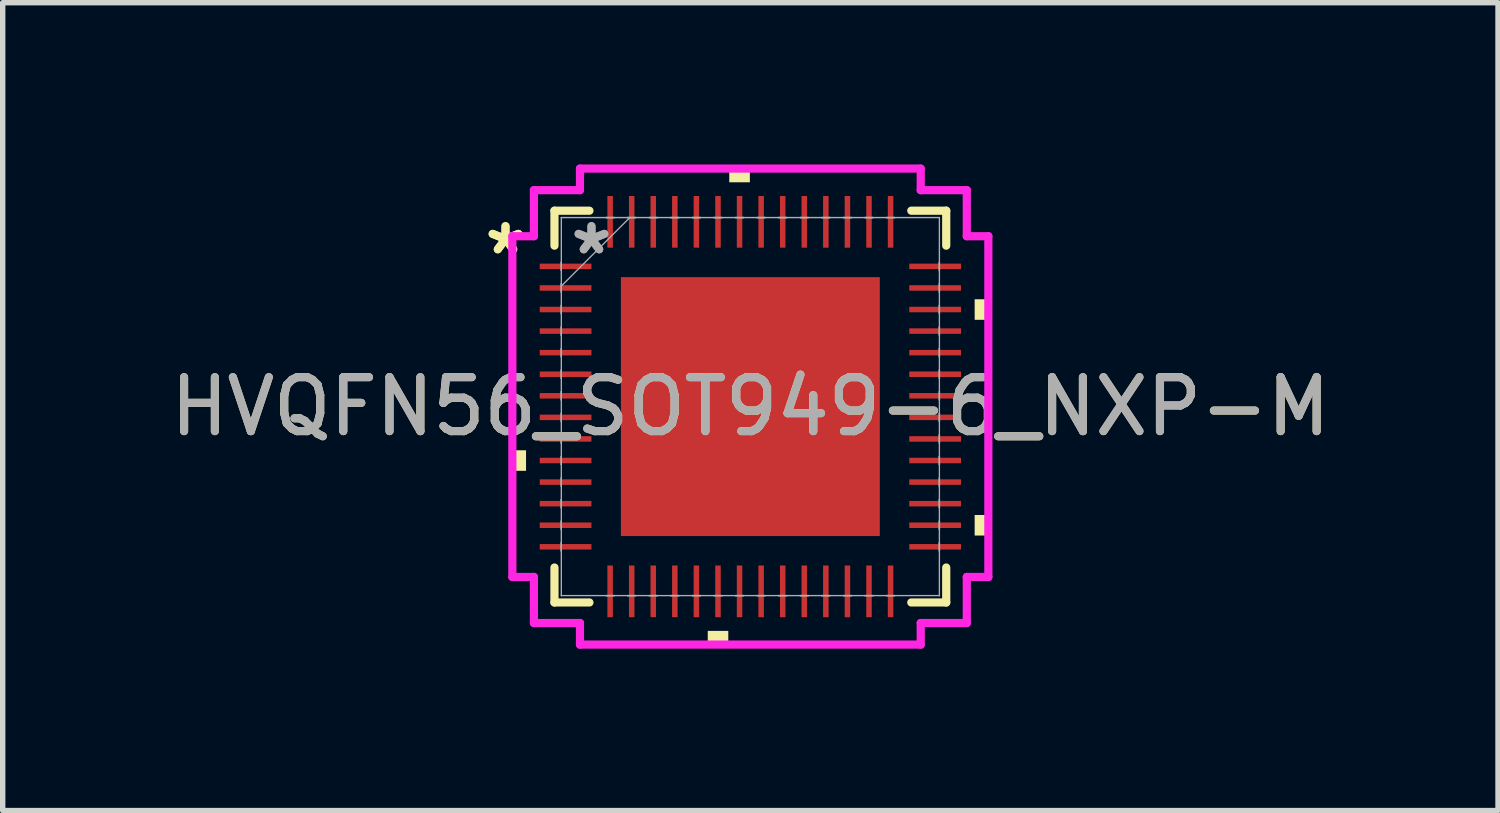
<source format=kicad_pcb>
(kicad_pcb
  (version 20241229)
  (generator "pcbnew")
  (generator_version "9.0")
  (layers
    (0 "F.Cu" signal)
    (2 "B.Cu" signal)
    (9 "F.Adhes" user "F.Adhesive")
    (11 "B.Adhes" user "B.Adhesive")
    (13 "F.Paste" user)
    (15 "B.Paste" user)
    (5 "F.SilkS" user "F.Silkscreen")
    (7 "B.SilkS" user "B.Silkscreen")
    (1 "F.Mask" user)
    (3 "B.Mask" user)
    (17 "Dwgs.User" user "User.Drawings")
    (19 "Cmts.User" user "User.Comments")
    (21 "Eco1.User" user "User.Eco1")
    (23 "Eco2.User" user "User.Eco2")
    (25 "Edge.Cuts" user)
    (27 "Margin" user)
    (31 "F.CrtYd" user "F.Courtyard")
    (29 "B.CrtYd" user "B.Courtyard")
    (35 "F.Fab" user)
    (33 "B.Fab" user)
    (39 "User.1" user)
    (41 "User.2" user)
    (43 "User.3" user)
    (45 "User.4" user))
  (footprint "HVQFN56_SOT949-6_NXP-M"
    (layer "F.Cu")
    (at 10.863 4.489)
    (property "Reference" "HVQFN56_SOT949-6_NXP-M" (at 0 0 0) (unlocked yes) (layer "F.SilkS") (effects (font (size 1 1) (thickness 0.15))))
    (attr smd)
    (fp_line (start -3.632 -3.632) (end -3.632 -2.984) (stroke (width 0.152) (type solid)) (layer "F.SilkS"))
    (fp_line (start -3.632 2.984) (end -3.632 3.632) (stroke (width 0.152) (type solid)) (layer "F.SilkS"))
    (fp_line (start -3.632 3.632) (end -2.984 3.632) (stroke (width 0.152) (type solid)) (layer "F.SilkS"))
    (fp_line (start -2.984 -3.632) (end -3.632 -3.632) (stroke (width 0.152) (type solid)) (layer "F.SilkS"))
    (fp_line (start 2.984 3.632) (end 3.632 3.632) (stroke (width 0.152) (type solid)) (layer "F.SilkS"))
    (fp_line (start 3.632 -3.632) (end 2.984 -3.632) (stroke (width 0.152) (type solid)) (layer "F.SilkS"))
    (fp_line (start 3.632 -2.984) (end 3.632 -3.632) (stroke (width 0.152) (type solid)) (layer "F.SilkS"))
    (fp_line (start 3.632 3.632) (end 3.632 2.984) (stroke (width 0.152) (type solid)) (layer "F.SilkS"))
    (fp_poly (pts (xy -4.413 0.81) (xy -4.413 1.191) (xy -4.159 1.191) (xy -4.159 0.81)) (stroke (width 0) (type solid)) (fill yes) (layer "F.SilkS"))
    (fp_poly (pts (xy -0.79 4.159) (xy -0.79 4.413) (xy -0.409 4.413) (xy -0.409 4.159)) (stroke (width 0) (type solid)) (fill yes) (layer "F.SilkS"))
    (fp_poly (pts (xy -0.391 -4.159) (xy -0.391 -4.413) (xy -0.009 -4.413) (xy -0.009 -4.159)) (stroke (width 0) (type solid)) (fill yes) (layer "F.SilkS"))
    (fp_poly (pts (xy 4.413 -1.99) (xy 4.413 -1.609) (xy 4.159 -1.609) (xy 4.159 -1.99)) (stroke (width 0) (type solid)) (fill yes) (layer "F.SilkS"))
    (fp_poly (pts (xy 4.413 2.01) (xy 4.413 2.391) (xy 4.159 2.391) (xy 4.159 2.01)) (stroke (width 0) (type solid)) (fill yes) (layer "F.SilkS"))
    (fp_poly (pts (xy -2.3 -2.3) (xy -2.3 -0.9) (xy -0.9 -0.9) (xy -0.9 -2.3)) (stroke (width 0) (type solid)) (fill yes) (layer "F.Paste"))
    (fp_poly (pts (xy -2.3 -0.7) (xy -2.3 0.7) (xy -0.9 0.7) (xy -0.9 -0.7)) (stroke (width 0) (type solid)) (fill yes) (layer "F.Paste"))
    (fp_poly (pts (xy -2.3 0.9) (xy -2.3 2.3) (xy -0.9 2.3) (xy -0.9 0.9)) (stroke (width 0) (type solid)) (fill yes) (layer "F.Paste"))
    (fp_poly (pts (xy -0.7 -2.3) (xy -0.7 -0.9) (xy 0.7 -0.9) (xy 0.7 -2.3)) (stroke (width 0) (type solid)) (fill yes) (layer "F.Paste"))
    (fp_poly (pts (xy -0.7 -0.7) (xy -0.7 0.7) (xy 0.7 0.7) (xy 0.7 -0.7)) (stroke (width 0) (type solid)) (fill yes) (layer "F.Paste"))
    (fp_poly (pts (xy -0.7 0.9) (xy -0.7 2.3) (xy 0.7 2.3) (xy 0.7 0.9)) (stroke (width 0) (type solid)) (fill yes) (layer "F.Paste"))
    (fp_poly (pts (xy 0.9 -2.3) (xy 0.9 -0.9) (xy 2.3 -0.9) (xy 2.3 -2.3)) (stroke (width 0) (type solid)) (fill yes) (layer "F.Paste"))
    (fp_poly (pts (xy 0.9 -0.7) (xy 0.9 0.7) (xy 2.3 0.7) (xy 2.3 -0.7)) (stroke (width 0) (type solid)) (fill yes) (layer "F.Paste"))
    (fp_poly (pts (xy 0.9 0.9) (xy 0.9 2.3) (xy 2.3 2.3) (xy 2.3 0.9)) (stroke (width 0) (type solid)) (fill yes) (layer "F.Paste"))
    (fp_line (start -4.413 -3.159) (end -4.013 -3.159) (stroke (width 0.152) (type solid)) (layer "F.CrtYd"))
    (fp_line (start -4.413 3.159) (end -4.413 -3.159) (stroke (width 0.152) (type solid)) (layer "F.CrtYd"))
    (fp_line (start -4.013 -4.013) (end -3.159 -4.013) (stroke (width 0.152) (type solid)) (layer "F.CrtYd"))
    (fp_line (start -4.013 -3.159) (end -4.013 -4.013) (stroke (width 0.152) (type solid)) (layer "F.CrtYd"))
    (fp_line (start -4.013 3.159) (end -4.413 3.159) (stroke (width 0.152) (type solid)) (layer "F.CrtYd"))
    (fp_line (start -4.013 4.013) (end -4.013 3.159) (stroke (width 0.152) (type solid)) (layer "F.CrtYd"))
    (fp_line (start -3.159 -4.413) (end 3.159 -4.413) (stroke (width 0.152) (type solid)) (layer "F.CrtYd"))
    (fp_line (start -3.159 -4.013) (end -3.159 -4.413) (stroke (width 0.152) (type solid)) (layer "F.CrtYd"))
    (fp_line (start -3.159 4.013) (end -4.013 4.013) (stroke (width 0.152) (type solid)) (layer "F.CrtYd"))
    (fp_line (start -3.159 4.413) (end -3.159 4.013) (stroke (width 0.152) (type solid)) (layer "F.CrtYd"))
    (fp_line (start 3.159 -4.413) (end 3.159 -4.013) (stroke (width 0.152) (type solid)) (layer "F.CrtYd"))
    (fp_line (start 3.159 -4.013) (end 4.013 -4.013) (stroke (width 0.152) (type solid)) (layer "F.CrtYd"))
    (fp_line (start 3.159 4.013) (end 3.159 4.413) (stroke (width 0.152) (type solid)) (layer "F.CrtYd"))
    (fp_line (start 3.159 4.413) (end -3.159 4.413) (stroke (width 0.152) (type solid)) (layer "F.CrtYd"))
    (fp_line (start 4.013 -4.013) (end 4.013 -3.159) (stroke (width 0.152) (type solid)) (layer "F.CrtYd"))
    (fp_line (start 4.013 -3.159) (end 4.413 -3.159) (stroke (width 0.152) (type solid)) (layer "F.CrtYd"))
    (fp_line (start 4.013 3.159) (end 4.013 4.013) (stroke (width 0.152) (type solid)) (layer "F.CrtYd"))
    (fp_line (start 4.013 4.013) (end 3.159 4.013) (stroke (width 0.152) (type solid)) (layer "F.CrtYd"))
    (fp_line (start 4.413 -3.159) (end 4.413 3.159) (stroke (width 0.152) (type solid)) (layer "F.CrtYd"))
    (fp_line (start 4.413 3.159) (end 4.013 3.159) (stroke (width 0.152) (type solid)) (layer "F.CrtYd"))
    (fp_line (start -3.505 -3.505) (end -3.505 -3.505) (stroke (width 0.025) (type solid)) (layer "F.Fab"))
    (fp_line (start -3.505 -3.505) (end -3.505 3.505) (stroke (width 0.025) (type solid)) (layer "F.Fab"))
    (fp_line (start -3.505 -2.676) (end -3.505 -2.676) (stroke (width 0.025) (type solid)) (layer "F.Fab"))
    (fp_line (start -3.505 -2.676) (end -3.505 -2.524) (stroke (width 0.025) (type solid)) (layer "F.Fab"))
    (fp_line (start -3.505 -2.524) (end -3.505 -2.676) (stroke (width 0.025) (type solid)) (layer "F.Fab"))
    (fp_line (start -3.505 -2.524) (end -3.505 -2.524) (stroke (width 0.025) (type solid)) (layer "F.Fab"))
    (fp_line (start -3.505 -2.276) (end -3.505 -2.276) (stroke (width 0.025) (type solid)) (layer "F.Fab"))
    (fp_line (start -3.505 -2.276) (end -3.505 -2.124) (stroke (width 0.025) (type solid)) (layer "F.Fab"))
    (fp_line (start -3.505 -2.235) (end -2.235 -3.505) (stroke (width 0.025) (type solid)) (layer "F.Fab"))
    (fp_line (start -3.505 -2.124) (end -3.505 -2.276) (stroke (width 0.025) (type solid)) (layer "F.Fab"))
    (fp_line (start -3.505 -2.124) (end -3.505 -2.124) (stroke (width 0.025) (type solid)) (layer "F.Fab"))
    (fp_line (start -3.505 -1.876) (end -3.505 -1.876) (stroke (width 0.025) (type solid)) (layer "F.Fab"))
    (fp_line (start -3.505 -1.876) (end -3.505 -1.724) (stroke (width 0.025) (type solid)) (layer "F.Fab"))
    (fp_line (start -3.505 -1.724) (end -3.505 -1.876) (stroke (width 0.025) (type solid)) (layer "F.Fab"))
    (fp_line (start -3.505 -1.724) (end -3.505 -1.724) (stroke (width 0.025) (type solid)) (layer "F.Fab"))
    (fp_line (start -3.505 -1.476) (end -3.505 -1.476) (stroke (width 0.025) (type solid)) (layer "F.Fab"))
    (fp_line (start -3.505 -1.476) (end -3.505 -1.324) (stroke (width 0.025) (type solid)) (layer "F.Fab"))
    (fp_line (start -3.505 -1.324) (end -3.505 -1.476) (stroke (width 0.025) (type solid)) (layer "F.Fab"))
    (fp_line (start -3.505 -1.324) (end -3.505 -1.324) (stroke (width 0.025) (type solid)) (layer "F.Fab"))
    (fp_line (start -3.505 -1.076) (end -3.505 -1.076) (stroke (width 0.025) (type solid)) (layer "F.Fab"))
    (fp_line (start -3.505 -1.076) (end -3.505 -0.924) (stroke (width 0.025) (type solid)) (layer "F.Fab"))
    (fp_line (start -3.505 -0.924) (end -3.505 -1.076) (stroke (width 0.025) (type solid)) (layer "F.Fab"))
    (fp_line (start -3.505 -0.924) (end -3.505 -0.924) (stroke (width 0.025) (type solid)) (layer "F.Fab"))
    (fp_line (start -3.505 -0.676) (end -3.505 -0.676) (stroke (width 0.025) (type solid)) (layer "F.Fab"))
    (fp_line (start -3.505 -0.676) (end -3.505 -0.524) (stroke (width 0.025) (type solid)) (layer "F.Fab"))
    (fp_line (start -3.505 -0.524) (end -3.505 -0.676) (stroke (width 0.025) (type solid)) (layer "F.Fab"))
    (fp_line (start -3.505 -0.524) (end -3.505 -0.524) (stroke (width 0.025) (type solid)) (layer "F.Fab"))
    (fp_line (start -3.505 -0.276) (end -3.505 -0.276) (stroke (width 0.025) (type solid)) (layer "F.Fab"))
    (fp_line (start -3.505 -0.276) (end -3.505 -0.124) (stroke (width 0.025) (type solid)) (layer "F.Fab"))
    (fp_line (start -3.505 -0.124) (end -3.505 -0.276) (stroke (width 0.025) (type solid)) (layer "F.Fab"))
    (fp_line (start -3.505 -0.124) (end -3.505 -0.124) (stroke (width 0.025) (type solid)) (layer "F.Fab"))
    (fp_line (start -3.505 0.124) (end -3.505 0.124) (stroke (width 0.025) (type solid)) (layer "F.Fab"))
    (fp_line (start -3.505 0.124) (end -3.505 0.276) (stroke (width 0.025) (type solid)) (layer "F.Fab"))
    (fp_line (start -3.505 0.276) (end -3.505 0.124) (stroke (width 0.025) (type solid)) (layer "F.Fab"))
    (fp_line (start -3.505 0.276) (end -3.505 0.276) (stroke (width 0.025) (type solid)) (layer "F.Fab"))
    (fp_line (start -3.505 0.524) (end -3.505 0.524) (stroke (width 0.025) (type solid)) (layer "F.Fab"))
    (fp_line (start -3.505 0.524) (end -3.505 0.676) (stroke (width 0.025) (type solid)) (layer "F.Fab"))
    (fp_line (start -3.505 0.676) (end -3.505 0.524) (stroke (width 0.025) (type solid)) (layer "F.Fab"))
    (fp_line (start -3.505 0.676) (end -3.505 0.676) (stroke (width 0.025) (type solid)) (layer "F.Fab"))
    (fp_line (start -3.505 0.924) (end -3.505 0.924) (stroke (width 0.025) (type solid)) (layer "F.Fab"))
    (fp_line (start -3.505 0.924) (end -3.505 1.076) (stroke (width 0.025) (type solid)) (layer "F.Fab"))
    (fp_line (start -3.505 1.076) (end -3.505 0.924) (stroke (width 0.025) (type solid)) (layer "F.Fab"))
    (fp_line (start -3.505 1.076) (end -3.505 1.076) (stroke (width 0.025) (type solid)) (layer "F.Fab"))
    (fp_line (start -3.505 1.324) (end -3.505 1.324) (stroke (width 0.025) (type solid)) (layer "F.Fab"))
    (fp_line (start -3.505 1.324) (end -3.505 1.476) (stroke (width 0.025) (type solid)) (layer "F.Fab"))
    (fp_line (start -3.505 1.476) (end -3.505 1.324) (stroke (width 0.025) (type solid)) (layer "F.Fab"))
    (fp_line (start -3.505 1.476) (end -3.505 1.476) (stroke (width 0.025) (type solid)) (layer "F.Fab"))
    (fp_line (start -3.505 1.724) (end -3.505 1.724) (stroke (width 0.025) (type solid)) (layer "F.Fab"))
    (fp_line (start -3.505 1.724) (end -3.505 1.876) (stroke (width 0.025) (type solid)) (layer "F.Fab"))
    (fp_line (start -3.505 1.876) (end -3.505 1.724) (stroke (width 0.025) (type solid)) (layer "F.Fab"))
    (fp_line (start -3.505 1.876) (end -3.505 1.876) (stroke (width 0.025) (type solid)) (layer "F.Fab"))
    (fp_line (start -3.505 2.124) (end -3.505 2.124) (stroke (width 0.025) (type solid)) (layer "F.Fab"))
    (fp_line (start -3.505 2.124) (end -3.505 2.276) (stroke (width 0.025) (type solid)) (layer "F.Fab"))
    (fp_line (start -3.505 2.276) (end -3.505 2.124) (stroke (width 0.025) (type solid)) (layer "F.Fab"))
    (fp_line (start -3.505 2.276) (end -3.505 2.276) (stroke (width 0.025) (type solid)) (layer "F.Fab"))
    (fp_line (start -3.505 2.524) (end -3.505 2.524) (stroke (width 0.025) (type solid)) (layer "F.Fab"))
    (fp_line (start -3.505 2.524) (end -3.505 2.676) (stroke (width 0.025) (type solid)) (layer "F.Fab"))
    (fp_line (start -3.505 2.676) (end -3.505 2.524) (stroke (width 0.025) (type solid)) (layer "F.Fab"))
    (fp_line (start -3.505 2.676) (end -3.505 2.676) (stroke (width 0.025) (type solid)) (layer "F.Fab"))
    (fp_line (start -3.505 3.505) (end -3.505 3.505) (stroke (width 0.025) (type solid)) (layer "F.Fab"))
    (fp_line (start -3.505 3.505) (end 3.505 3.505) (stroke (width 0.025) (type solid)) (layer "F.Fab"))
    (fp_line (start -2.676 -3.505) (end -2.676 -3.505) (stroke (width 0.025) (type solid)) (layer "F.Fab"))
    (fp_line (start -2.676 -3.505) (end -2.524 -3.505) (stroke (width 0.025) (type solid)) (layer "F.Fab"))
    (fp_line (start -2.676 3.505) (end -2.676 3.505) (stroke (width 0.025) (type solid)) (layer "F.Fab"))
    (fp_line (start -2.676 3.505) (end -2.524 3.505) (stroke (width 0.025) (type solid)) (layer "F.Fab"))
    (fp_line (start -2.524 -3.505) (end -2.676 -3.505) (stroke (width 0.025) (type solid)) (layer "F.Fab"))
    (fp_line (start -2.524 -3.505) (end -2.524 -3.505) (stroke (width 0.025) (type solid)) (layer "F.Fab"))
    (fp_line (start -2.524 3.505) (end -2.676 3.505) (stroke (width 0.025) (type solid)) (layer "F.Fab"))
    (fp_line (start -2.524 3.505) (end -2.524 3.505) (stroke (width 0.025) (type solid)) (layer "F.Fab"))
    (fp_line (start -2.276 -3.505) (end -2.276 -3.505) (stroke (width 0.025) (type solid)) (layer "F.Fab"))
    (fp_line (start -2.276 -3.505) (end -2.124 -3.505) (stroke (width 0.025) (type solid)) (layer "F.Fab"))
    (fp_line (start -2.276 3.505) (end -2.276 3.505) (stroke (width 0.025) (type solid)) (layer "F.Fab"))
    (fp_line (start -2.276 3.505) (end -2.124 3.505) (stroke (width 0.025) (type solid)) (layer "F.Fab"))
    (fp_line (start -2.124 -3.505) (end -2.276 -3.505) (stroke (width 0.025) (type solid)) (layer "F.Fab"))
    (fp_line (start -2.124 -3.505) (end -2.124 -3.505) (stroke (width 0.025) (type solid)) (layer "F.Fab"))
    (fp_line (start -2.124 3.505) (end -2.276 3.505) (stroke (width 0.025) (type solid)) (layer "F.Fab"))
    (fp_line (start -2.124 3.505) (end -2.124 3.505) (stroke (width 0.025) (type solid)) (layer "F.Fab"))
    (fp_line (start -1.876 -3.505) (end -1.876 -3.505) (stroke (width 0.025) (type solid)) (layer "F.Fab"))
    (fp_line (start -1.876 -3.505) (end -1.724 -3.505) (stroke (width 0.025) (type solid)) (layer "F.Fab"))
    (fp_line (start -1.876 3.505) (end -1.876 3.505) (stroke (width 0.025) (type solid)) (layer "F.Fab"))
    (fp_line (start -1.876 3.505) (end -1.724 3.505) (stroke (width 0.025) (type solid)) (layer "F.Fab"))
    (fp_line (start -1.724 -3.505) (end -1.876 -3.505) (stroke (width 0.025) (type solid)) (layer "F.Fab"))
    (fp_line (start -1.724 -3.505) (end -1.724 -3.505) (stroke (width 0.025) (type solid)) (layer "F.Fab"))
    (fp_line (start -1.724 3.505) (end -1.876 3.505) (stroke (width 0.025) (type solid)) (layer "F.Fab"))
    (fp_line (start -1.724 3.505) (end -1.724 3.505) (stroke (width 0.025) (type solid)) (layer "F.Fab"))
    (fp_line (start -1.476 -3.505) (end -1.476 -3.505) (stroke (width 0.025) (type solid)) (layer "F.Fab"))
    (fp_line (start -1.476 -3.505) (end -1.324 -3.505) (stroke (width 0.025) (type solid)) (layer "F.Fab"))
    (fp_line (start -1.476 3.505) (end -1.476 3.505) (stroke (width 0.025) (type solid)) (layer "F.Fab"))
    (fp_line (start -1.476 3.505) (end -1.324 3.505) (stroke (width 0.025) (type solid)) (layer "F.Fab"))
    (fp_line (start -1.324 -3.505) (end -1.476 -3.505) (stroke (width 0.025) (type solid)) (layer "F.Fab"))
    (fp_line (start -1.324 -3.505) (end -1.324 -3.505) (stroke (width 0.025) (type solid)) (layer "F.Fab"))
    (fp_line (start -1.324 3.505) (end -1.476 3.505) (stroke (width 0.025) (type solid)) (layer "F.Fab"))
    (fp_line (start -1.324 3.505) (end -1.324 3.505) (stroke (width 0.025) (type solid)) (layer "F.Fab"))
    (fp_line (start -1.076 -3.505) (end -1.076 -3.505) (stroke (width 0.025) (type solid)) (layer "F.Fab"))
    (fp_line (start -1.076 -3.505) (end -0.924 -3.505) (stroke (width 0.025) (type solid)) (layer "F.Fab"))
    (fp_line (start -1.076 3.505) (end -1.076 3.505) (stroke (width 0.025) (type solid)) (layer "F.Fab"))
    (fp_line (start -1.076 3.505) (end -0.924 3.505) (stroke (width 0.025) (type solid)) (layer "F.Fab"))
    (fp_line (start -0.924 -3.505) (end -1.076 -3.505) (stroke (width 0.025) (type solid)) (layer "F.Fab"))
    (fp_line (start -0.924 -3.505) (end -0.924 -3.505) (stroke (width 0.025) (type solid)) (layer "F.Fab"))
    (fp_line (start -0.924 3.505) (end -1.076 3.505) (stroke (width 0.025) (type solid)) (layer "F.Fab"))
    (fp_line (start -0.924 3.505) (end -0.924 3.505) (stroke (width 0.025) (type solid)) (layer "F.Fab"))
    (fp_line (start -0.676 -3.505) (end -0.676 -3.505) (stroke (width 0.025) (type solid)) (layer "F.Fab"))
    (fp_line (start -0.676 -3.505) (end -0.524 -3.505) (stroke (width 0.025) (type solid)) (layer "F.Fab"))
    (fp_line (start -0.676 3.505) (end -0.676 3.505) (stroke (width 0.025) (type solid)) (layer "F.Fab"))
    (fp_line (start -0.676 3.505) (end -0.524 3.505) (stroke (width 0.025) (type solid)) (layer "F.Fab"))
    (fp_line (start -0.524 -3.505) (end -0.676 -3.505) (stroke (width 0.025) (type solid)) (layer "F.Fab"))
    (fp_line (start -0.524 -3.505) (end -0.524 -3.505) (stroke (width 0.025) (type solid)) (layer "F.Fab"))
    (fp_line (start -0.524 3.505) (end -0.676 3.505) (stroke (width 0.025) (type solid)) (layer "F.Fab"))
    (fp_line (start -0.524 3.505) (end -0.524 3.505) (stroke (width 0.025) (type solid)) (layer "F.Fab"))
    (fp_line (start -0.276 -3.505) (end -0.276 -3.505) (stroke (width 0.025) (type solid)) (layer "F.Fab"))
    (fp_line (start -0.276 -3.505) (end -0.124 -3.505) (stroke (width 0.025) (type solid)) (layer "F.Fab"))
    (fp_line (start -0.276 3.505) (end -0.276 3.505) (stroke (width 0.025) (type solid)) (layer "F.Fab"))
    (fp_line (start -0.276 3.505) (end -0.124 3.505) (stroke (width 0.025) (type solid)) (layer "F.Fab"))
    (fp_line (start -0.124 -3.505) (end -0.276 -3.505) (stroke (width 0.025) (type solid)) (layer "F.Fab"))
    (fp_line (start -0.124 -3.505) (end -0.124 -3.505) (stroke (width 0.025) (type solid)) (layer "F.Fab"))
    (fp_line (start -0.124 3.505) (end -0.276 3.505) (stroke (width 0.025) (type solid)) (layer "F.Fab"))
    (fp_line (start -0.124 3.505) (end -0.124 3.505) (stroke (width 0.025) (type solid)) (layer "F.Fab"))
    (fp_line (start 0.124 -3.505) (end 0.124 -3.505) (stroke (width 0.025) (type solid)) (layer "F.Fab"))
    (fp_line (start 0.124 -3.505) (end 0.276 -3.505) (stroke (width 0.025) (type solid)) (layer "F.Fab"))
    (fp_line (start 0.124 3.505) (end 0.124 3.505) (stroke (width 0.025) (type solid)) (layer "F.Fab"))
    (fp_line (start 0.124 3.505) (end 0.276 3.505) (stroke (width 0.025) (type solid)) (layer "F.Fab"))
    (fp_line (start 0.276 -3.505) (end 0.124 -3.505) (stroke (width 0.025) (type solid)) (layer "F.Fab"))
    (fp_line (start 0.276 -3.505) (end 0.276 -3.505) (stroke (width 0.025) (type solid)) (layer "F.Fab"))
    (fp_line (start 0.276 3.505) (end 0.124 3.505) (stroke (width 0.025) (type solid)) (layer "F.Fab"))
    (fp_line (start 0.276 3.505) (end 0.276 3.505) (stroke (width 0.025) (type solid)) (layer "F.Fab"))
    (fp_line (start 0.524 -3.505) (end 0.524 -3.505) (stroke (width 0.025) (type solid)) (layer "F.Fab"))
    (fp_line (start 0.524 -3.505) (end 0.676 -3.505) (stroke (width 0.025) (type solid)) (layer "F.Fab"))
    (fp_line (start 0.524 3.505) (end 0.524 3.505) (stroke (width 0.025) (type solid)) (layer "F.Fab"))
    (fp_line (start 0.524 3.505) (end 0.676 3.505) (stroke (width 0.025) (type solid)) (layer "F.Fab"))
    (fp_line (start 0.676 -3.505) (end 0.524 -3.505) (stroke (width 0.025) (type solid)) (layer "F.Fab"))
    (fp_line (start 0.676 -3.505) (end 0.676 -3.505) (stroke (width 0.025) (type solid)) (layer "F.Fab"))
    (fp_line (start 0.676 3.505) (end 0.524 3.505) (stroke (width 0.025) (type solid)) (layer "F.Fab"))
    (fp_line (start 0.676 3.505) (end 0.676 3.505) (stroke (width 0.025) (type solid)) (layer "F.Fab"))
    (fp_line (start 0.924 -3.505) (end 0.924 -3.505) (stroke (width 0.025) (type solid)) (layer "F.Fab"))
    (fp_line (start 0.924 -3.505) (end 1.076 -3.505) (stroke (width 0.025) (type solid)) (layer "F.Fab"))
    (fp_line (start 0.924 3.505) (end 0.924 3.505) (stroke (width 0.025) (type solid)) (layer "F.Fab"))
    (fp_line (start 0.924 3.505) (end 1.076 3.505) (stroke (width 0.025) (type solid)) (layer "F.Fab"))
    (fp_line (start 1.076 -3.505) (end 0.924 -3.505) (stroke (width 0.025) (type solid)) (layer "F.Fab"))
    (fp_line (start 1.076 -3.505) (end 1.076 -3.505) (stroke (width 0.025) (type solid)) (layer "F.Fab"))
    (fp_line (start 1.076 3.505) (end 0.924 3.505) (stroke (width 0.025) (type solid)) (layer "F.Fab"))
    (fp_line (start 1.076 3.505) (end 1.076 3.505) (stroke (width 0.025) (type solid)) (layer "F.Fab"))
    (fp_line (start 1.324 -3.505) (end 1.324 -3.505) (stroke (width 0.025) (type solid)) (layer "F.Fab"))
    (fp_line (start 1.324 -3.505) (end 1.476 -3.505) (stroke (width 0.025) (type solid)) (layer "F.Fab"))
    (fp_line (start 1.324 3.505) (end 1.324 3.505) (stroke (width 0.025) (type solid)) (layer "F.Fab"))
    (fp_line (start 1.324 3.505) (end 1.476 3.505) (stroke (width 0.025) (type solid)) (layer "F.Fab"))
    (fp_line (start 1.476 -3.505) (end 1.324 -3.505) (stroke (width 0.025) (type solid)) (layer "F.Fab"))
    (fp_line (start 1.476 -3.505) (end 1.476 -3.505) (stroke (width 0.025) (type solid)) (layer "F.Fab"))
    (fp_line (start 1.476 3.505) (end 1.324 3.505) (stroke (width 0.025) (type solid)) (layer "F.Fab"))
    (fp_line (start 1.476 3.505) (end 1.476 3.505) (stroke (width 0.025) (type solid)) (layer "F.Fab"))
    (fp_line (start 1.724 -3.505) (end 1.724 -3.505) (stroke (width 0.025) (type solid)) (layer "F.Fab"))
    (fp_line (start 1.724 -3.505) (end 1.876 -3.505) (stroke (width 0.025) (type solid)) (layer "F.Fab"))
    (fp_line (start 1.724 3.505) (end 1.724 3.505) (stroke (width 0.025) (type solid)) (layer "F.Fab"))
    (fp_line (start 1.724 3.505) (end 1.876 3.505) (stroke (width 0.025) (type solid)) (layer "F.Fab"))
    (fp_line (start 1.876 -3.505) (end 1.724 -3.505) (stroke (width 0.025) (type solid)) (layer "F.Fab"))
    (fp_line (start 1.876 -3.505) (end 1.876 -3.505) (stroke (width 0.025) (type solid)) (layer "F.Fab"))
    (fp_line (start 1.876 3.505) (end 1.724 3.505) (stroke (width 0.025) (type solid)) (layer "F.Fab"))
    (fp_line (start 1.876 3.505) (end 1.876 3.505) (stroke (width 0.025) (type solid)) (layer "F.Fab"))
    (fp_line (start 2.124 -3.505) (end 2.124 -3.505) (stroke (width 0.025) (type solid)) (layer "F.Fab"))
    (fp_line (start 2.124 -3.505) (end 2.276 -3.505) (stroke (width 0.025) (type solid)) (layer "F.Fab"))
    (fp_line (start 2.124 3.505) (end 2.124 3.505) (stroke (width 0.025) (type solid)) (layer "F.Fab"))
    (fp_line (start 2.124 3.505) (end 2.276 3.505) (stroke (width 0.025) (type solid)) (layer "F.Fab"))
    (fp_line (start 2.276 -3.505) (end 2.124 -3.505) (stroke (width 0.025) (type solid)) (layer "F.Fab"))
    (fp_line (start 2.276 -3.505) (end 2.276 -3.505) (stroke (width 0.025) (type solid)) (layer "F.Fab"))
    (fp_line (start 2.276 3.505) (end 2.124 3.505) (stroke (width 0.025) (type solid)) (layer "F.Fab"))
    (fp_line (start 2.276 3.505) (end 2.276 3.505) (stroke (width 0.025) (type solid)) (layer "F.Fab"))
    (fp_line (start 2.524 -3.505) (end 2.524 -3.505) (stroke (width 0.025) (type solid)) (layer "F.Fab"))
    (fp_line (start 2.524 -3.505) (end 2.676 -3.505) (stroke (width 0.025) (type solid)) (layer "F.Fab"))
    (fp_line (start 2.524 3.505) (end 2.524 3.505) (stroke (width 0.025) (type solid)) (layer "F.Fab"))
    (fp_line (start 2.524 3.505) (end 2.676 3.505) (stroke (width 0.025) (type solid)) (layer "F.Fab"))
    (fp_line (start 2.676 -3.505) (end 2.524 -3.505) (stroke (width 0.025) (type solid)) (layer "F.Fab"))
    (fp_line (start 2.676 -3.505) (end 2.676 -3.505) (stroke (width 0.025) (type solid)) (layer "F.Fab"))
    (fp_line (start 2.676 3.505) (end 2.524 3.505) (stroke (width 0.025) (type solid)) (layer "F.Fab"))
    (fp_line (start 2.676 3.505) (end 2.676 3.505) (stroke (width 0.025) (type solid)) (layer "F.Fab"))
    (fp_line (start 3.505 -3.505) (end -3.505 -3.505) (stroke (width 0.025) (type solid)) (layer "F.Fab"))
    (fp_line (start 3.505 -3.505) (end 3.505 -3.505) (stroke (width 0.025) (type solid)) (layer "F.Fab"))
    (fp_line (start 3.505 -2.676) (end 3.505 -2.676) (stroke (width 0.025) (type solid)) (layer "F.Fab"))
    (fp_line (start 3.505 -2.676) (end 3.505 -2.524) (stroke (width 0.025) (type solid)) (layer "F.Fab"))
    (fp_line (start 3.505 -2.524) (end 3.505 -2.676) (stroke (width 0.025) (type solid)) (layer "F.Fab"))
    (fp_line (start 3.505 -2.524) (end 3.505 -2.524) (stroke (width 0.025) (type solid)) (layer "F.Fab"))
    (fp_line (start 3.505 -2.276) (end 3.505 -2.276) (stroke (width 0.025) (type solid)) (layer "F.Fab"))
    (fp_line (start 3.505 -2.276) (end 3.505 -2.124) (stroke (width 0.025) (type solid)) (layer "F.Fab"))
    (fp_line (start 3.505 -2.124) (end 3.505 -2.276) (stroke (width 0.025) (type solid)) (layer "F.Fab"))
    (fp_line (start 3.505 -2.124) (end 3.505 -2.124) (stroke (width 0.025) (type solid)) (layer "F.Fab"))
    (fp_line (start 3.505 -1.876) (end 3.505 -1.876) (stroke (width 0.025) (type solid)) (layer "F.Fab"))
    (fp_line (start 3.505 -1.876) (end 3.505 -1.724) (stroke (width 0.025) (type solid)) (layer "F.Fab"))
    (fp_line (start 3.505 -1.724) (end 3.505 -1.876) (stroke (width 0.025) (type solid)) (layer "F.Fab"))
    (fp_line (start 3.505 -1.724) (end 3.505 -1.724) (stroke (width 0.025) (type solid)) (layer "F.Fab"))
    (fp_line (start 3.505 -1.476) (end 3.505 -1.476) (stroke (width 0.025) (type solid)) (layer "F.Fab"))
    (fp_line (start 3.505 -1.476) (end 3.505 -1.324) (stroke (width 0.025) (type solid)) (layer "F.Fab"))
    (fp_line (start 3.505 -1.324) (end 3.505 -1.476) (stroke (width 0.025) (type solid)) (layer "F.Fab"))
    (fp_line (start 3.505 -1.324) (end 3.505 -1.324) (stroke (width 0.025) (type solid)) (layer "F.Fab"))
    (fp_line (start 3.505 -1.076) (end 3.505 -1.076) (stroke (width 0.025) (type solid)) (layer "F.Fab"))
    (fp_line (start 3.505 -1.076) (end 3.505 -0.924) (stroke (width 0.025) (type solid)) (layer "F.Fab"))
    (fp_line (start 3.505 -0.924) (end 3.505 -1.076) (stroke (width 0.025) (type solid)) (layer "F.Fab"))
    (fp_line (start 3.505 -0.924) (end 3.505 -0.924) (stroke (width 0.025) (type solid)) (layer "F.Fab"))
    (fp_line (start 3.505 -0.676) (end 3.505 -0.676) (stroke (width 0.025) (type solid)) (layer "F.Fab"))
    (fp_line (start 3.505 -0.676) (end 3.505 -0.524) (stroke (width 0.025) (type solid)) (layer "F.Fab"))
    (fp_line (start 3.505 -0.524) (end 3.505 -0.676) (stroke (width 0.025) (type solid)) (layer "F.Fab"))
    (fp_line (start 3.505 -0.524) (end 3.505 -0.524) (stroke (width 0.025) (type solid)) (layer "F.Fab"))
    (fp_line (start 3.505 -0.276) (end 3.505 -0.276) (stroke (width 0.025) (type solid)) (layer "F.Fab"))
    (fp_line (start 3.505 -0.276) (end 3.505 -0.124) (stroke (width 0.025) (type solid)) (layer "F.Fab"))
    (fp_line (start 3.505 -0.124) (end 3.505 -0.276) (stroke (width 0.025) (type solid)) (layer "F.Fab"))
    (fp_line (start 3.505 -0.124) (end 3.505 -0.124) (stroke (width 0.025) (type solid)) (layer "F.Fab"))
    (fp_line (start 3.505 0.124) (end 3.505 0.124) (stroke (width 0.025) (type solid)) (layer "F.Fab"))
    (fp_line (start 3.505 0.124) (end 3.505 0.276) (stroke (width 0.025) (type solid)) (layer "F.Fab"))
    (fp_line (start 3.505 0.276) (end 3.505 0.124) (stroke (width 0.025) (type solid)) (layer "F.Fab"))
    (fp_line (start 3.505 0.276) (end 3.505 0.276) (stroke (width 0.025) (type solid)) (layer "F.Fab"))
    (fp_line (start 3.505 0.524) (end 3.505 0.524) (stroke (width 0.025) (type solid)) (layer "F.Fab"))
    (fp_line (start 3.505 0.524) (end 3.505 0.676) (stroke (width 0.025) (type solid)) (layer "F.Fab"))
    (fp_line (start 3.505 0.676) (end 3.505 0.524) (stroke (width 0.025) (type solid)) (layer "F.Fab"))
    (fp_line (start 3.505 0.676) (end 3.505 0.676) (stroke (width 0.025) (type solid)) (layer "F.Fab"))
    (fp_line (start 3.505 0.924) (end 3.505 0.924) (stroke (width 0.025) (type solid)) (layer "F.Fab"))
    (fp_line (start 3.505 0.924) (end 3.505 1.076) (stroke (width 0.025) (type solid)) (layer "F.Fab"))
    (fp_line (start 3.505 1.076) (end 3.505 0.924) (stroke (width 0.025) (type solid)) (layer "F.Fab"))
    (fp_line (start 3.505 1.076) (end 3.505 1.076) (stroke (width 0.025) (type solid)) (layer "F.Fab"))
    (fp_line (start 3.505 1.324) (end 3.505 1.324) (stroke (width 0.025) (type solid)) (layer "F.Fab"))
    (fp_line (start 3.505 1.324) (end 3.505 1.476) (stroke (width 0.025) (type solid)) (layer "F.Fab"))
    (fp_line (start 3.505 1.476) (end 3.505 1.324) (stroke (width 0.025) (type solid)) (layer "F.Fab"))
    (fp_line (start 3.505 1.476) (end 3.505 1.476) (stroke (width 0.025) (type solid)) (layer "F.Fab"))
    (fp_line (start 3.505 1.724) (end 3.505 1.724) (stroke (width 0.025) (type solid)) (layer "F.Fab"))
    (fp_line (start 3.505 1.724) (end 3.505 1.876) (stroke (width 0.025) (type solid)) (layer "F.Fab"))
    (fp_line (start 3.505 1.876) (end 3.505 1.724) (stroke (width 0.025) (type solid)) (layer "F.Fab"))
    (fp_line (start 3.505 1.876) (end 3.505 1.876) (stroke (width 0.025) (type solid)) (layer "F.Fab"))
    (fp_line (start 3.505 2.124) (end 3.505 2.124) (stroke (width 0.025) (type solid)) (layer "F.Fab"))
    (fp_line (start 3.505 2.124) (end 3.505 2.276) (stroke (width 0.025) (type solid)) (layer "F.Fab"))
    (fp_line (start 3.505 2.276) (end 3.505 2.124) (stroke (width 0.025) (type solid)) (layer "F.Fab"))
    (fp_line (start 3.505 2.276) (end 3.505 2.276) (stroke (width 0.025) (type solid)) (layer "F.Fab"))
    (fp_line (start 3.505 2.524) (end 3.505 2.524) (stroke (width 0.025) (type solid)) (layer "F.Fab"))
    (fp_line (start 3.505 2.524) (end 3.505 2.676) (stroke (width 0.025) (type solid)) (layer "F.Fab"))
    (fp_line (start 3.505 2.676) (end 3.505 2.524) (stroke (width 0.025) (type solid)) (layer "F.Fab"))
    (fp_line (start 3.505 2.676) (end 3.505 2.676) (stroke (width 0.025) (type solid)) (layer "F.Fab"))
    (fp_line (start 3.505 3.505) (end 3.505 -3.505) (stroke (width 0.025) (type solid)) (layer "F.Fab"))
    (fp_line (start 3.505 3.505) (end 3.505 3.505) (stroke (width 0.025) (type solid)) (layer "F.Fab"))
    (fp_text user "*" (at -4.54 -2.8 0) (layer "F.SilkS") (effects (font (size 1 1) (thickness 0.15))))
    (fp_text user "*" (at -4.54 -2.8 0) (unlocked yes) (layer "F.SilkS") (effects (font (size 1 1) (thickness 0.15))))
    (fp_text user "${REFERENCE}" (at 0 0 0) (unlocked yes) (layer "F.Fab") (effects (font (size 1 1) (thickness 0.15))))
    (fp_text user "*" (at -2.946 -2.8 0) (unlocked yes) (layer "F.Fab") (effects (font (size 1 1) (thickness 0.15))))
    (fp_text user "*" (at -2.946 -2.8 0) (layer "F.Fab") (effects (font (size 1 1) (thickness 0.15))))
    (pad "1" smd rect (at -3.426 -2.6 90) (size 0.102 0.959) (layers "F.Cu" "F.Mask" "F.Paste"))
    (pad "2" smd rect (at -3.426 -2.2 90) (size 0.102 0.959) (layers "F.Cu" "F.Mask" "F.Paste"))
    (pad "3" smd rect (at -3.426 -1.8 90) (size 0.102 0.959) (layers "F.Cu" "F.Mask" "F.Paste"))
    (pad "4" smd rect (at -3.426 -1.4 90) (size 0.102 0.959) (layers "F.Cu" "F.Mask" "F.Paste"))
    (pad "5" smd rect (at -3.426 -1 90) (size 0.102 0.959) (layers "F.Cu" "F.Mask" "F.Paste"))
    (pad "6" smd rect (at -3.426 -0.6 90) (size 0.102 0.959) (layers "F.Cu" "F.Mask" "F.Paste"))
    (pad "7" smd rect (at -3.426 -0.2 90) (size 0.102 0.959) (layers "F.Cu" "F.Mask" "F.Paste"))
    (pad "8" smd rect (at -3.426 0.2 90) (size 0.102 0.959) (layers "F.Cu" "F.Mask" "F.Paste"))
    (pad "9" smd rect (at -3.426 0.6 90) (size 0.102 0.959) (layers "F.Cu" "F.Mask" "F.Paste"))
    (pad "10" smd rect (at -3.426 1 90) (size 0.102 0.959) (layers "F.Cu" "F.Mask" "F.Paste"))
    (pad "11" smd rect (at -3.426 1.4 90) (size 0.102 0.959) (layers "F.Cu" "F.Mask" "F.Paste"))
    (pad "12" smd rect (at -3.426 1.8 90) (size 0.102 0.959) (layers "F.Cu" "F.Mask" "F.Paste"))
    (pad "13" smd rect (at -3.426 2.2 90) (size 0.102 0.959) (layers "F.Cu" "F.Mask" "F.Paste"))
    (pad "14" smd rect (at -3.426 2.6 90) (size 0.102 0.959) (layers "F.Cu" "F.Mask" "F.Paste"))
    (pad "15" smd rect (at -2.6 3.426) (size 0.102 0.959) (layers "F.Cu" "F.Mask" "F.Paste"))
    (pad "16" smd rect (at -2.2 3.426) (size 0.102 0.959) (layers "F.Cu" "F.Mask" "F.Paste"))
    (pad "17" smd rect (at -1.8 3.426) (size 0.102 0.959) (layers "F.Cu" "F.Mask" "F.Paste"))
    (pad "18" smd rect (at -1.4 3.426) (size 0.102 0.959) (layers "F.Cu" "F.Mask" "F.Paste"))
    (pad "19" smd rect (at -1 3.426) (size 0.102 0.959) (layers "F.Cu" "F.Mask" "F.Paste"))
    (pad "20" smd rect (at -0.6 3.426) (size 0.102 0.959) (layers "F.Cu" "F.Mask" "F.Paste"))
    (pad "21" smd rect (at -0.2 3.426) (size 0.102 0.959) (layers "F.Cu" "F.Mask" "F.Paste"))
    (pad "22" smd rect (at 0.2 3.426) (size 0.102 0.959) (layers "F.Cu" "F.Mask" "F.Paste"))
    (pad "23" smd rect (at 0.6 3.426) (size 0.102 0.959) (layers "F.Cu" "F.Mask" "F.Paste"))
    (pad "24" smd rect (at 1 3.426) (size 0.102 0.959) (layers "F.Cu" "F.Mask" "F.Paste"))
    (pad "25" smd rect (at 1.4 3.426) (size 0.102 0.959) (layers "F.Cu" "F.Mask" "F.Paste"))
    (pad "26" smd rect (at 1.8 3.426) (size 0.102 0.959) (layers "F.Cu" "F.Mask" "F.Paste"))
    (pad "27" smd rect (at 2.2 3.426) (size 0.102 0.959) (layers "F.Cu" "F.Mask" "F.Paste"))
    (pad "28" smd rect (at 2.6 3.426) (size 0.102 0.959) (layers "F.Cu" "F.Mask" "F.Paste"))
    (pad "29" smd rect (at 3.426 2.6 90) (size 0.102 0.959) (layers "F.Cu" "F.Mask" "F.Paste"))
    (pad "30" smd rect (at 3.426 2.2 90) (size 0.102 0.959) (layers "F.Cu" "F.Mask" "F.Paste"))
    (pad "31" smd rect (at 3.426 1.8 90) (size 0.102 0.959) (layers "F.Cu" "F.Mask" "F.Paste"))
    (pad "32" smd rect (at 3.426 1.4 90) (size 0.102 0.959) (layers "F.Cu" "F.Mask" "F.Paste"))
    (pad "33" smd rect (at 3.426 1 90) (size 0.102 0.959) (layers "F.Cu" "F.Mask" "F.Paste"))
    (pad "34" smd rect (at 3.426 0.6 90) (size 0.102 0.959) (layers "F.Cu" "F.Mask" "F.Paste"))
    (pad "35" smd rect (at 3.426 0.2 90) (size 0.102 0.959) (layers "F.Cu" "F.Mask" "F.Paste"))
    (pad "36" smd rect (at 3.426 -0.2 90) (size 0.102 0.959) (layers "F.Cu" "F.Mask" "F.Paste"))
    (pad "37" smd rect (at 3.426 -0.6 90) (size 0.102 0.959) (layers "F.Cu" "F.Mask" "F.Paste"))
    (pad "38" smd rect (at 3.426 -1 90) (size 0.102 0.959) (layers "F.Cu" "F.Mask" "F.Paste"))
    (pad "39" smd rect (at 3.426 -1.4 90) (size 0.102 0.959) (layers "F.Cu" "F.Mask" "F.Paste"))
    (pad "40" smd rect (at 3.426 -1.8 90) (size 0.102 0.959) (layers "F.Cu" "F.Mask" "F.Paste"))
    (pad "41" smd rect (at 3.426 -2.2 90) (size 0.102 0.959) (layers "F.Cu" "F.Mask" "F.Paste"))
    (pad "42" smd rect (at 3.426 -2.6 90) (size 0.102 0.959) (layers "F.Cu" "F.Mask" "F.Paste"))
    (pad "43" smd rect (at 2.6 -3.426) (size 0.102 0.959) (layers "F.Cu" "F.Mask" "F.Paste"))
    (pad "44" smd rect (at 2.2 -3.426) (size 0.102 0.959) (layers "F.Cu" "F.Mask" "F.Paste"))
    (pad "45" smd rect (at 1.8 -3.426) (size 0.102 0.959) (layers "F.Cu" "F.Mask" "F.Paste"))
    (pad "46" smd rect (at 1.4 -3.426) (size 0.102 0.959) (layers "F.Cu" "F.Mask" "F.Paste"))
    (pad "47" smd rect (at 1 -3.426) (size 0.102 0.959) (layers "F.Cu" "F.Mask" "F.Paste"))
    (pad "48" smd rect (at 0.6 -3.426) (size 0.102 0.959) (layers "F.Cu" "F.Mask" "F.Paste"))
    (pad "49" smd rect (at 0.2 -3.426) (size 0.102 0.959) (layers "F.Cu" "F.Mask" "F.Paste"))
    (pad "50" smd rect (at -0.2 -3.426) (size 0.102 0.959) (layers "F.Cu" "F.Mask" "F.Paste"))
    (pad "51" smd rect (at -0.6 -3.426) (size 0.102 0.959) (layers "F.Cu" "F.Mask" "F.Paste"))
    (pad "52" smd rect (at -1 -3.426) (size 0.102 0.959) (layers "F.Cu" "F.Mask" "F.Paste"))
    (pad "53" smd rect (at -1.4 -3.426) (size 0.102 0.959) (layers "F.Cu" "F.Mask" "F.Paste"))
    (pad "54" smd rect (at -1.8 -3.426) (size 0.102 0.959) (layers "F.Cu" "F.Mask" "F.Paste"))
    (pad "55" smd rect (at -2.2 -3.426) (size 0.102 0.959) (layers "F.Cu" "F.Mask" "F.Paste"))
    (pad "56" smd rect (at -2.6 -3.426) (size 0.102 0.959) (layers "F.Cu" "F.Mask" "F.Paste"))
    (pad "57" smd rect (at 0 0) (size 4.801 4.801) (layers "F.Cu" "F.Mask" "F.Paste")))
  (gr_rect
    (start -3 -3)
    (end 24.726 11.979)
    (stroke (width 0.1) (type default))
    (fill no)
    (layer "Edge.Cuts")))
</source>
